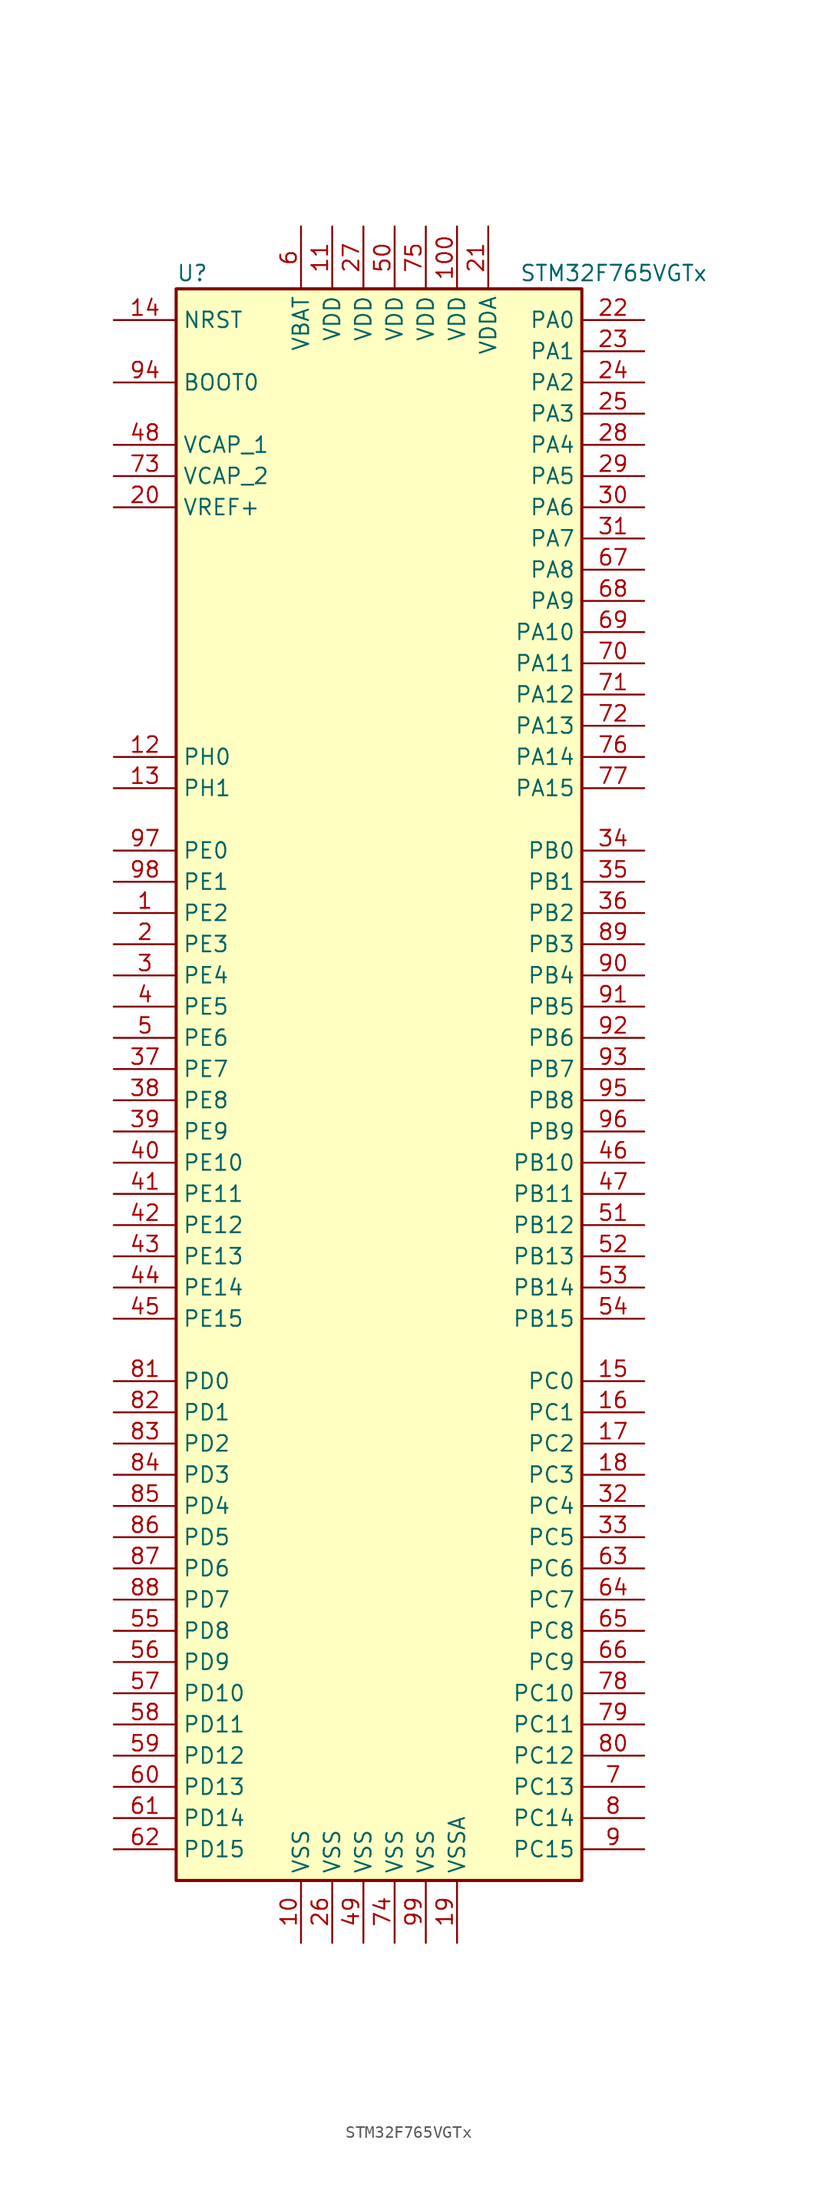
<source format=kicad_sym>
(kicad_symbol_lib
  (version 20211014)
  (generator kicad_symbol_editor)
  (symbol "STM32F765VGTx"
    (property "Reference" "U"
      (at -17.78 64.77 0)
      (effects (font (size 1.27 1.27)) (justify left)))
    (property "Value" "STM32F765VGTx"
      (at 10.16 64.77 0)
      (effects (font (size 1.27 1.27)) (justify left)))
    (symbol "STM32F765VGTx_0_1"
      (rectangle (start -17.78 -66.04) (end 15.24 63.5) (stroke (width 0.254) (type default) (color 0 0 0 0)) (fill (type background))))
    (symbol "STM32F765VGTx_1_1"
      (pin bidirectional line (at -22.86 12.7 0) (length 5.08) (name "PE2" (effects (font (size 1.27 1.27)))) (number "1" (effects (font (size 1.27 1.27)))))
      (pin power_in line (at -7.62 -71.12 90) (length 5.08) (name "VSS" (effects (font (size 1.27 1.27)))) (number "10" (effects (font (size 1.27 1.27)))))
      (pin power_in line (at 5.08 68.58 270) (length 5.08) (name "VDD" (effects (font (size 1.27 1.27)))) (number "100" (effects (font (size 1.27 1.27)))))
      (pin power_in line (at -5.08 68.58 270) (length 5.08) (name "VDD" (effects (font (size 1.27 1.27)))) (number "11" (effects (font (size 1.27 1.27)))))
      (pin input line (at -22.86 25.4 0) (length 5.08) (name "PH0" (effects (font (size 1.27 1.27)))) (number "12" (effects (font (size 1.27 1.27)))))
      (pin input line (at -22.86 22.86 0) (length 5.08) (name "PH1" (effects (font (size 1.27 1.27)))) (number "13" (effects (font (size 1.27 1.27)))))
      (pin input line (at -22.86 60.96 0) (length 5.08) (name "NRST" (effects (font (size 1.27 1.27)))) (number "14" (effects (font (size 1.27 1.27)))))
      (pin bidirectional line (at 20.32 -25.4 180) (length 5.08) (name "PC0" (effects (font (size 1.27 1.27)))) (number "15" (effects (font (size 1.27 1.27)))))
      (pin bidirectional line (at 20.32 -27.94 180) (length 5.08) (name "PC1" (effects (font (size 1.27 1.27)))) (number "16" (effects (font (size 1.27 1.27)))))
      (pin bidirectional line (at 20.32 -30.48 180) (length 5.08) (name "PC2" (effects (font (size 1.27 1.27)))) (number "17" (effects (font (size 1.27 1.27)))))
      (pin bidirectional line (at 20.32 -33.02 180) (length 5.08) (name "PC3" (effects (font (size 1.27 1.27)))) (number "18" (effects (font (size 1.27 1.27)))))
      (pin power_in line (at 5.08 -71.12 90) (length 5.08) (name "VSSA" (effects (font (size 1.27 1.27)))) (number "19" (effects (font (size 1.27 1.27)))))
      (pin bidirectional line (at -22.86 10.16 0) (length 5.08) (name "PE3" (effects (font (size 1.27 1.27)))) (number "2" (effects (font (size 1.27 1.27)))))
      (pin power_in line (at -22.86 45.72 0) (length 5.08) (name "VREF+" (effects (font (size 1.27 1.27)))) (number "20" (effects (font (size 1.27 1.27)))))
      (pin power_in line (at 7.62 68.58 270) (length 5.08) (name "VDDA" (effects (font (size 1.27 1.27)))) (number "21" (effects (font (size 1.27 1.27)))))
      (pin bidirectional line (at 20.32 60.96 180) (length 5.08) (name "PA0" (effects (font (size 1.27 1.27)))) (number "22" (effects (font (size 1.27 1.27)))))
      (pin bidirectional line (at 20.32 58.42 180) (length 5.08) (name "PA1" (effects (font (size 1.27 1.27)))) (number "23" (effects (font (size 1.27 1.27)))))
      (pin bidirectional line (at 20.32 55.88 180) (length 5.08) (name "PA2" (effects (font (size 1.27 1.27)))) (number "24" (effects (font (size 1.27 1.27)))))
      (pin bidirectional line (at 20.32 53.34 180) (length 5.08) (name "PA3" (effects (font (size 1.27 1.27)))) (number "25" (effects (font (size 1.27 1.27)))))
      (pin power_in line (at -5.08 -71.12 90) (length 5.08) (name "VSS" (effects (font (size 1.27 1.27)))) (number "26" (effects (font (size 1.27 1.27)))))
      (pin power_in line (at -2.54 68.58 270) (length 5.08) (name "VDD" (effects (font (size 1.27 1.27)))) (number "27" (effects (font (size 1.27 1.27)))))
      (pin bidirectional line (at 20.32 50.8 180) (length 5.08) (name "PA4" (effects (font (size 1.27 1.27)))) (number "28" (effects (font (size 1.27 1.27)))))
      (pin bidirectional line (at 20.32 48.26 180) (length 5.08) (name "PA5" (effects (font (size 1.27 1.27)))) (number "29" (effects (font (size 1.27 1.27)))))
      (pin bidirectional line (at -22.86 7.62 0) (length 5.08) (name "PE4" (effects (font (size 1.27 1.27)))) (number "3" (effects (font (size 1.27 1.27)))))
      (pin bidirectional line (at 20.32 45.72 180) (length 5.08) (name "PA6" (effects (font (size 1.27 1.27)))) (number "30" (effects (font (size 1.27 1.27)))))
      (pin bidirectional line (at 20.32 43.18 180) (length 5.08) (name "PA7" (effects (font (size 1.27 1.27)))) (number "31" (effects (font (size 1.27 1.27)))))
      (pin bidirectional line (at 20.32 -35.56 180) (length 5.08) (name "PC4" (effects (font (size 1.27 1.27)))) (number "32" (effects (font (size 1.27 1.27)))))
      (pin bidirectional line (at 20.32 -38.1 180) (length 5.08) (name "PC5" (effects (font (size 1.27 1.27)))) (number "33" (effects (font (size 1.27 1.27)))))
      (pin bidirectional line (at 20.32 17.78 180) (length 5.08) (name "PB0" (effects (font (size 1.27 1.27)))) (number "34" (effects (font (size 1.27 1.27)))))
      (pin bidirectional line (at 20.32 15.24 180) (length 5.08) (name "PB1" (effects (font (size 1.27 1.27)))) (number "35" (effects (font (size 1.27 1.27)))))
      (pin bidirectional line (at 20.32 12.7 180) (length 5.08) (name "PB2" (effects (font (size 1.27 1.27)))) (number "36" (effects (font (size 1.27 1.27)))))
      (pin bidirectional line (at -22.86 0 0) (length 5.08) (name "PE7" (effects (font (size 1.27 1.27)))) (number "37" (effects (font (size 1.27 1.27)))))
      (pin bidirectional line (at -22.86 -2.54 0) (length 5.08) (name "PE8" (effects (font (size 1.27 1.27)))) (number "38" (effects (font (size 1.27 1.27)))))
      (pin bidirectional line (at -22.86 -5.08 0) (length 5.08) (name "PE9" (effects (font (size 1.27 1.27)))) (number "39" (effects (font (size 1.27 1.27)))))
      (pin bidirectional line (at -22.86 5.08 0) (length 5.08) (name "PE5" (effects (font (size 1.27 1.27)))) (number "4" (effects (font (size 1.27 1.27)))))
      (pin bidirectional line (at -22.86 -7.62 0) (length 5.08) (name "PE10" (effects (font (size 1.27 1.27)))) (number "40" (effects (font (size 1.27 1.27)))))
      (pin bidirectional line (at -22.86 -10.16 0) (length 5.08) (name "PE11" (effects (font (size 1.27 1.27)))) (number "41" (effects (font (size 1.27 1.27)))))
      (pin bidirectional line (at -22.86 -12.7 0) (length 5.08) (name "PE12" (effects (font (size 1.27 1.27)))) (number "42" (effects (font (size 1.27 1.27)))))
      (pin bidirectional line (at -22.86 -15.24 0) (length 5.08) (name "PE13" (effects (font (size 1.27 1.27)))) (number "43" (effects (font (size 1.27 1.27)))))
      (pin bidirectional line (at -22.86 -17.78 0) (length 5.08) (name "PE14" (effects (font (size 1.27 1.27)))) (number "44" (effects (font (size 1.27 1.27)))))
      (pin bidirectional line (at -22.86 -20.32 0) (length 5.08) (name "PE15" (effects (font (size 1.27 1.27)))) (number "45" (effects (font (size 1.27 1.27)))))
      (pin bidirectional line (at 20.32 -7.62 180) (length 5.08) (name "PB10" (effects (font (size 1.27 1.27)))) (number "46" (effects (font (size 1.27 1.27)))))
      (pin bidirectional line (at 20.32 -10.16 180) (length 5.08) (name "PB11" (effects (font (size 1.27 1.27)))) (number "47" (effects (font (size 1.27 1.27)))))
      (pin power_in line (at -22.86 50.8 0) (length 5.08) (name "VCAP_1" (effects (font (size 1.27 1.27)))) (number "48" (effects (font (size 1.27 1.27)))))
      (pin power_in line (at -2.54 -71.12 90) (length 5.08) (name "VSS" (effects (font (size 1.27 1.27)))) (number "49" (effects (font (size 1.27 1.27)))))
      (pin bidirectional line (at -22.86 2.54 0) (length 5.08) (name "PE6" (effects (font (size 1.27 1.27)))) (number "5" (effects (font (size 1.27 1.27)))))
      (pin power_in line (at 0 68.58 270) (length 5.08) (name "VDD" (effects (font (size 1.27 1.27)))) (number "50" (effects (font (size 1.27 1.27)))))
      (pin bidirectional line (at 20.32 -12.7 180) (length 5.08) (name "PB12" (effects (font (size 1.27 1.27)))) (number "51" (effects (font (size 1.27 1.27)))))
      (pin bidirectional line (at 20.32 -15.24 180) (length 5.08) (name "PB13" (effects (font (size 1.27 1.27)))) (number "52" (effects (font (size 1.27 1.27)))))
      (pin bidirectional line (at 20.32 -17.78 180) (length 5.08) (name "PB14" (effects (font (size 1.27 1.27)))) (number "53" (effects (font (size 1.27 1.27)))))
      (pin bidirectional line (at 20.32 -20.32 180) (length 5.08) (name "PB15" (effects (font (size 1.27 1.27)))) (number "54" (effects (font (size 1.27 1.27)))))
      (pin bidirectional line (at -22.86 -45.72 0) (length 5.08) (name "PD8" (effects (font (size 1.27 1.27)))) (number "55" (effects (font (size 1.27 1.27)))))
      (pin bidirectional line (at -22.86 -48.26 0) (length 5.08) (name "PD9" (effects (font (size 1.27 1.27)))) (number "56" (effects (font (size 1.27 1.27)))))
      (pin bidirectional line (at -22.86 -50.8 0) (length 5.08) (name "PD10" (effects (font (size 1.27 1.27)))) (number "57" (effects (font (size 1.27 1.27)))))
      (pin bidirectional line (at -22.86 -53.34 0) (length 5.08) (name "PD11" (effects (font (size 1.27 1.27)))) (number "58" (effects (font (size 1.27 1.27)))))
      (pin bidirectional line (at -22.86 -55.88 0) (length 5.08) (name "PD12" (effects (font (size 1.27 1.27)))) (number "59" (effects (font (size 1.27 1.27)))))
      (pin power_in line (at -7.62 68.58 270) (length 5.08) (name "VBAT" (effects (font (size 1.27 1.27)))) (number "6" (effects (font (size 1.27 1.27)))))
      (pin bidirectional line (at -22.86 -58.42 0) (length 5.08) (name "PD13" (effects (font (size 1.27 1.27)))) (number "60" (effects (font (size 1.27 1.27)))))
      (pin bidirectional line (at -22.86 -60.96 0) (length 5.08) (name "PD14" (effects (font (size 1.27 1.27)))) (number "61" (effects (font (size 1.27 1.27)))))
      (pin bidirectional line (at -22.86 -63.5 0) (length 5.08) (name "PD15" (effects (font (size 1.27 1.27)))) (number "62" (effects (font (size 1.27 1.27)))))
      (pin bidirectional line (at 20.32 -40.64 180) (length 5.08) (name "PC6" (effects (font (size 1.27 1.27)))) (number "63" (effects (font (size 1.27 1.27)))))
      (pin bidirectional line (at 20.32 -43.18 180) (length 5.08) (name "PC7" (effects (font (size 1.27 1.27)))) (number "64" (effects (font (size 1.27 1.27)))))
      (pin bidirectional line (at 20.32 -45.72 180) (length 5.08) (name "PC8" (effects (font (size 1.27 1.27)))) (number "65" (effects (font (size 1.27 1.27)))))
      (pin bidirectional line (at 20.32 -48.26 180) (length 5.08) (name "PC9" (effects (font (size 1.27 1.27)))) (number "66" (effects (font (size 1.27 1.27)))))
      (pin bidirectional line (at 20.32 40.64 180) (length 5.08) (name "PA8" (effects (font (size 1.27 1.27)))) (number "67" (effects (font (size 1.27 1.27)))))
      (pin bidirectional line (at 20.32 38.1 180) (length 5.08) (name "PA9" (effects (font (size 1.27 1.27)))) (number "68" (effects (font (size 1.27 1.27)))))
      (pin bidirectional line (at 20.32 35.56 180) (length 5.08) (name "PA10" (effects (font (size 1.27 1.27)))) (number "69" (effects (font (size 1.27 1.27)))))
      (pin bidirectional line (at 20.32 -58.42 180) (length 5.08) (name "PC13" (effects (font (size 1.27 1.27)))) (number "7" (effects (font (size 1.27 1.27)))))
      (pin bidirectional line (at 20.32 33.02 180) (length 5.08) (name "PA11" (effects (font (size 1.27 1.27)))) (number "70" (effects (font (size 1.27 1.27)))))
      (pin bidirectional line (at 20.32 30.48 180) (length 5.08) (name "PA12" (effects (font (size 1.27 1.27)))) (number "71" (effects (font (size 1.27 1.27)))))
      (pin bidirectional line (at 20.32 27.94 180) (length 5.08) (name "PA13" (effects (font (size 1.27 1.27)))) (number "72" (effects (font (size 1.27 1.27)))))
      (pin power_in line (at -22.86 48.26 0) (length 5.08) (name "VCAP_2" (effects (font (size 1.27 1.27)))) (number "73" (effects (font (size 1.27 1.27)))))
      (pin power_in line (at 0 -71.12 90) (length 5.08) (name "VSS" (effects (font (size 1.27 1.27)))) (number "74" (effects (font (size 1.27 1.27)))))
      (pin power_in line (at 2.54 68.58 270) (length 5.08) (name "VDD" (effects (font (size 1.27 1.27)))) (number "75" (effects (font (size 1.27 1.27)))))
      (pin bidirectional line (at 20.32 25.4 180) (length 5.08) (name "PA14" (effects (font (size 1.27 1.27)))) (number "76" (effects (font (size 1.27 1.27)))))
      (pin bidirectional line (at 20.32 22.86 180) (length 5.08) (name "PA15" (effects (font (size 1.27 1.27)))) (number "77" (effects (font (size 1.27 1.27)))))
      (pin bidirectional line (at 20.32 -50.8 180) (length 5.08) (name "PC10" (effects (font (size 1.27 1.27)))) (number "78" (effects (font (size 1.27 1.27)))))
      (pin bidirectional line (at 20.32 -53.34 180) (length 5.08) (name "PC11" (effects (font (size 1.27 1.27)))) (number "79" (effects (font (size 1.27 1.27)))))
      (pin bidirectional line (at 20.32 -60.96 180) (length 5.08) (name "PC14" (effects (font (size 1.27 1.27)))) (number "8" (effects (font (size 1.27 1.27)))))
      (pin bidirectional line (at 20.32 -55.88 180) (length 5.08) (name "PC12" (effects (font (size 1.27 1.27)))) (number "80" (effects (font (size 1.27 1.27)))))
      (pin bidirectional line (at -22.86 -25.4 0) (length 5.08) (name "PD0" (effects (font (size 1.27 1.27)))) (number "81" (effects (font (size 1.27 1.27)))))
      (pin bidirectional line (at -22.86 -27.94 0) (length 5.08) (name "PD1" (effects (font (size 1.27 1.27)))) (number "82" (effects (font (size 1.27 1.27)))))
      (pin bidirectional line (at -22.86 -30.48 0) (length 5.08) (name "PD2" (effects (font (size 1.27 1.27)))) (number "83" (effects (font (size 1.27 1.27)))))
      (pin bidirectional line (at -22.86 -33.02 0) (length 5.08) (name "PD3" (effects (font (size 1.27 1.27)))) (number "84" (effects (font (size 1.27 1.27)))))
      (pin bidirectional line (at -22.86 -35.56 0) (length 5.08) (name "PD4" (effects (font (size 1.27 1.27)))) (number "85" (effects (font (size 1.27 1.27)))))
      (pin bidirectional line (at -22.86 -38.1 0) (length 5.08) (name "PD5" (effects (font (size 1.27 1.27)))) (number "86" (effects (font (size 1.27 1.27)))))
      (pin bidirectional line (at -22.86 -40.64 0) (length 5.08) (name "PD6" (effects (font (size 1.27 1.27)))) (number "87" (effects (font (size 1.27 1.27)))))
      (pin bidirectional line (at -22.86 -43.18 0) (length 5.08) (name "PD7" (effects (font (size 1.27 1.27)))) (number "88" (effects (font (size 1.27 1.27)))))
      (pin bidirectional line (at 20.32 10.16 180) (length 5.08) (name "PB3" (effects (font (size 1.27 1.27)))) (number "89" (effects (font (size 1.27 1.27)))))
      (pin bidirectional line (at 20.32 -63.5 180) (length 5.08) (name "PC15" (effects (font (size 1.27 1.27)))) (number "9" (effects (font (size 1.27 1.27)))))
      (pin bidirectional line (at 20.32 7.62 180) (length 5.08) (name "PB4" (effects (font (size 1.27 1.27)))) (number "90" (effects (font (size 1.27 1.27)))))
      (pin bidirectional line (at 20.32 5.08 180) (length 5.08) (name "PB5" (effects (font (size 1.27 1.27)))) (number "91" (effects (font (size 1.27 1.27)))))
      (pin bidirectional line (at 20.32 2.54 180) (length 5.08) (name "PB6" (effects (font (size 1.27 1.27)))) (number "92" (effects (font (size 1.27 1.27)))))
      (pin bidirectional line (at 20.32 0 180) (length 5.08) (name "PB7" (effects (font (size 1.27 1.27)))) (number "93" (effects (font (size 1.27 1.27)))))
      (pin input line (at -22.86 55.88 0) (length 5.08) (name "BOOT0" (effects (font (size 1.27 1.27)))) (number "94" (effects (font (size 1.27 1.27)))))
      (pin bidirectional line (at 20.32 -2.54 180) (length 5.08) (name "PB8" (effects (font (size 1.27 1.27)))) (number "95" (effects (font (size 1.27 1.27)))))
      (pin bidirectional line (at 20.32 -5.08 180) (length 5.08) (name "PB9" (effects (font (size 1.27 1.27)))) (number "96" (effects (font (size 1.27 1.27)))))
      (pin bidirectional line (at -22.86 17.78 0) (length 5.08) (name "PE0" (effects (font (size 1.27 1.27)))) (number "97" (effects (font (size 1.27 1.27)))))
      (pin bidirectional line (at -22.86 15.24 0) (length 5.08) (name "PE1" (effects (font (size 1.27 1.27)))) (number "98" (effects (font (size 1.27 1.27)))))
      (pin power_in line (at 2.54 -71.12 90) (length 5.08) (name "VSS" (effects (font (size 1.27 1.27)))) (number "99" (effects (font (size 1.27 1.27))))))))
</source>
